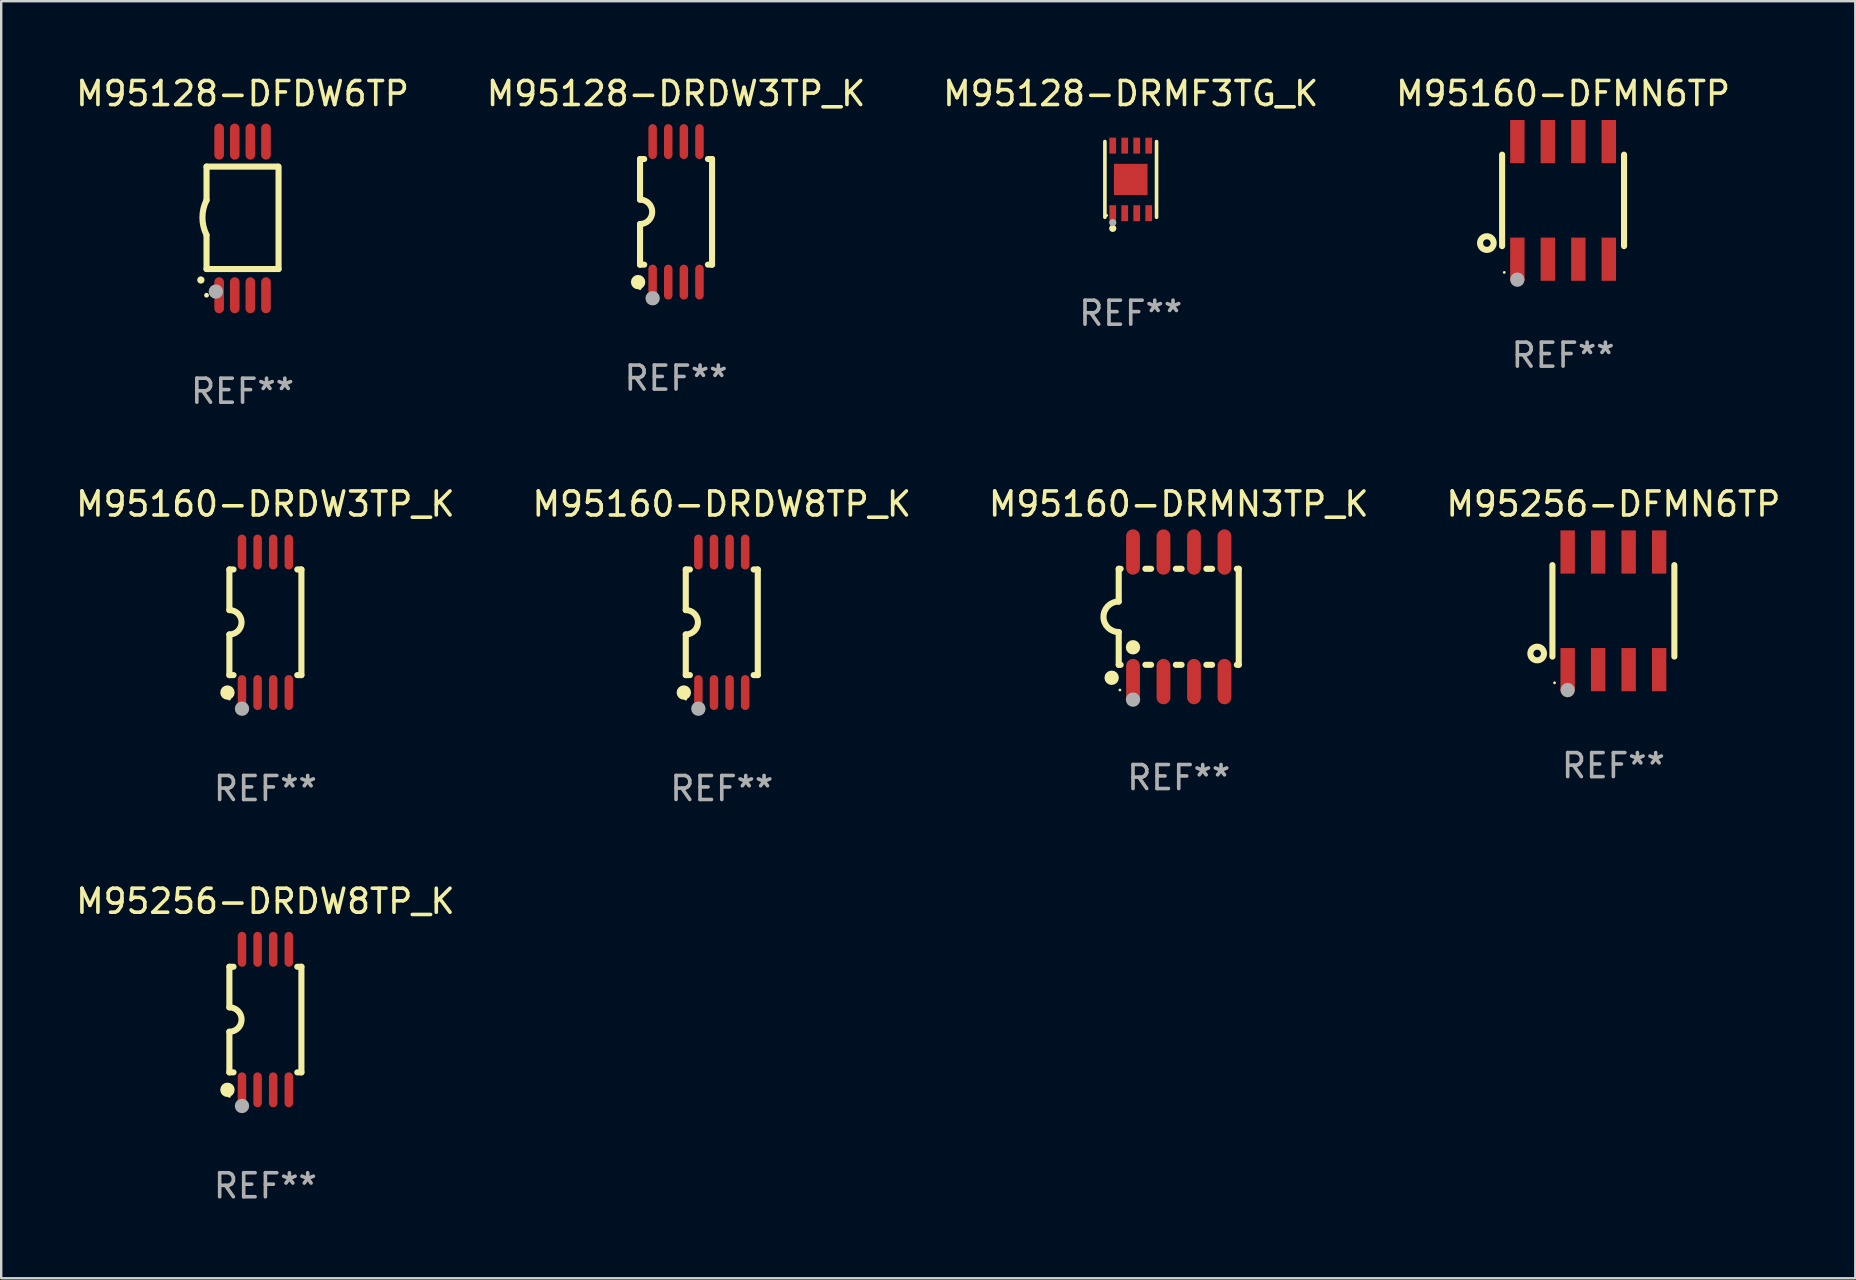
<source format=kicad_pcb>
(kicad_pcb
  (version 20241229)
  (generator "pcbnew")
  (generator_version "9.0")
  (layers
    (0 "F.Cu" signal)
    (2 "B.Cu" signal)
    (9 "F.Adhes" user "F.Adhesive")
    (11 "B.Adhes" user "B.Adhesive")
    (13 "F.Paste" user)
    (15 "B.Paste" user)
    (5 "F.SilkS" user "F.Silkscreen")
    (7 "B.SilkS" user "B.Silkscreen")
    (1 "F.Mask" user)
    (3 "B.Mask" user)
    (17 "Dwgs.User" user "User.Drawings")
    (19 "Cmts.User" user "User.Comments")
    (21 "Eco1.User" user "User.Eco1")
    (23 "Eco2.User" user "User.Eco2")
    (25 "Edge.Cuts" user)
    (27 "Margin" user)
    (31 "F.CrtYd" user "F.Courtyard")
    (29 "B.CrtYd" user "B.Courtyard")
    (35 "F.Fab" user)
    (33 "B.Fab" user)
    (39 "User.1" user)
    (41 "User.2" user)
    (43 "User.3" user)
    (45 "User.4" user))
  (footprint "M95160-DRMN3TP_K"
    (layer "F.Cu")
    (at 46.054 22.645)
    (property "Reference" "M95160-DRMN3TP_K" (at 0 -4.699 0) (layer "F.SilkS") (effects (font (size 1 1) (thickness 0.15))))
    (attr through_hole)
    (fp_line (start -2.5 -2) (end -2.5 -0.635) (stroke (width 0.254) (type solid)) (layer "F.SilkS"))
    (fp_line (start -2.5 -2) (end -2.421 -2) (stroke (width 0.254) (type solid)) (layer "F.SilkS"))
    (fp_line (start -2.5 2) (end -2.5 0.635) (stroke (width 0.254) (type solid)) (layer "F.SilkS"))
    (fp_line (start -2.5 2) (end -2.421 2) (stroke (width 0.254) (type solid)) (layer "F.SilkS"))
    (fp_line (start -1.389 -2) (end -1.151 -2) (stroke (width 0.254) (type solid)) (layer "F.SilkS"))
    (fp_line (start -1.389 2) (end -1.151 2) (stroke (width 0.254) (type solid)) (layer "F.SilkS"))
    (fp_line (start -0.119 -2) (end 0.119 -2) (stroke (width 0.254) (type solid)) (layer "F.SilkS"))
    (fp_line (start -0.119 2) (end 0.119 2) (stroke (width 0.254) (type solid)) (layer "F.SilkS"))
    (fp_line (start 1.151 -2) (end 1.389 -2) (stroke (width 0.254) (type solid)) (layer "F.SilkS"))
    (fp_line (start 1.151 2) (end 1.389 2) (stroke (width 0.254) (type solid)) (layer "F.SilkS"))
    (fp_line (start 2.421 -2) (end 2.5 -2) (stroke (width 0.254) (type solid)) (layer "F.SilkS"))
    (fp_line (start 2.421 2) (end 2.5 2) (stroke (width 0.254) (type solid)) (layer "F.SilkS"))
    (fp_line (start 2.5 -2) (end 2.5 2) (stroke (width 0.254) (type solid)) (layer "F.SilkS"))
    (fp_arc (start -2.5 0.635001) (mid -3.134366 -0.000318) (end -2.499365 -0.635001) (stroke (width 0.254001) (type solid)) (layer "F.SilkS"))
    (fp_circle (center -2.794 2.54) (end -2.644 2.54) (stroke (width 0.3) (type solid)) (fill no) (layer "F.SilkS"))
    (fp_circle (center -2.45 3.05) (end -2.42 3.05) (stroke (width 0.06) (type solid)) (fill no) (layer "F.SilkS"))
    (fp_circle (center -1.905 1.27) (end -1.755 1.27) (stroke (width 0.3) (type solid)) (fill no) (layer "F.SilkS"))
    (fp_circle (center -1.905 3.45) (end -1.755 3.45) (stroke (width 0.3) (type solid)) (fill no) (layer "F.Fab"))
    (fp_text user "REF**" (at 0 6.699 0) (layer "F.Fab") (effects (font (size 1 1) (thickness 0.15))))
    (pad "1" smd oval (at -1.905 2.699) (size 0.574 1.888) (layers "F.Cu" "F.Mask" "F.Paste"))
    (pad "2" smd oval (at -0.635 2.699) (size 0.574 1.888) (layers "F.Cu" "F.Mask" "F.Paste"))
    (pad "3" smd oval (at 0.635 2.699) (size 0.574 1.888) (layers "F.Cu" "F.Mask" "F.Paste"))
    (pad "4" smd oval (at 1.905 2.699) (size 0.574 1.888) (layers "F.Cu" "F.Mask" "F.Paste"))
    (pad "5" smd oval (at 1.905 -2.699) (size 0.574 1.888) (layers "F.Cu" "F.Mask" "F.Paste"))
    (pad "6" smd oval (at 0.635 -2.699) (size 0.574 1.888) (layers "F.Cu" "F.Mask" "F.Paste"))
    (pad "7" smd oval (at -0.635 -2.699) (size 0.574 1.888) (layers "F.Cu" "F.Mask" "F.Paste"))
    (pad "8" smd oval (at -1.905 -2.699) (size 0.574 1.888) (layers "F.Cu" "F.Mask" "F.Paste")))
  (footprint "M95160-DRDW3TP_K"
    (layer "F.Cu")
    (at 8.006 22.873)
    (property "Reference" "M95160-DRDW3TP_K" (at 0 -4.927 0) (layer "F.SilkS") (effects (font (size 1 1) (thickness 0.15))))
    (attr through_hole)
    (fp_line (start -1.5 -2.2) (end -1.5 -0.508) (stroke (width 0.254) (type solid)) (layer "F.SilkS"))
    (fp_line (start -1.5 -2.2) (end -1.328 -2.2) (stroke (width 0.254) (type solid)) (layer "F.SilkS"))
    (fp_line (start -1.5 2.2) (end -1.5 0.508) (stroke (width 0.254) (type solid)) (layer "F.SilkS"))
    (fp_line (start -1.5 2.2) (end -1.328 2.2) (stroke (width 0.254) (type solid)) (layer "F.SilkS"))
    (fp_line (start 1.328 -2.2) (end 1.5 -2.2) (stroke (width 0.254) (type solid)) (layer "F.SilkS"))
    (fp_line (start 1.328 2.2) (end 1.5 2.2) (stroke (width 0.254) (type solid)) (layer "F.SilkS"))
    (fp_line (start 1.5 -2.2) (end 1.5 2.2) (stroke (width 0.254) (type solid)) (layer "F.SilkS"))
    (fp_arc (start -1.501144 -0.508) (mid -0.993143 -0.000571) (end -1.5 0.508001) (stroke (width 0.254001) (type solid)) (layer "F.SilkS"))
    (fp_circle (center -1.581 2.927) (end -1.431 2.927) (stroke (width 0.3) (type solid)) (fill no) (layer "F.SilkS"))
    (fp_circle (center -1.5 3.2) (end -1.47 3.2) (stroke (width 0.06) (type solid)) (fill no) (layer "F.SilkS"))
    (fp_circle (center -0.975 3.6) (end -0.825 3.6) (stroke (width 0.3) (type solid)) (fill no) (layer "F.Fab"))
    (fp_text user "REF**" (at 0 6.927 0) (layer "F.Fab") (effects (font (size 1 1) (thickness 0.15))))
    (pad "1" smd oval (at -0.975 2.927) (size 0.353 1.454) (layers "F.Cu" "F.Mask" "F.Paste"))
    (pad "2" smd oval (at -0.325 2.927) (size 0.353 1.454) (layers "F.Cu" "F.Mask" "F.Paste"))
    (pad "3" smd oval (at 0.325 2.927) (size 0.353 1.454) (layers "F.Cu" "F.Mask" "F.Paste"))
    (pad "4" smd oval (at 0.975 2.927) (size 0.353 1.454) (layers "F.Cu" "F.Mask" "F.Paste"))
    (pad "5" smd oval (at 0.975 -2.927) (size 0.353 1.454) (layers "F.Cu" "F.Mask" "F.Paste"))
    (pad "6" smd oval (at 0.325 -2.927) (size 0.353 1.454) (layers "F.Cu" "F.Mask" "F.Paste"))
    (pad "7" smd oval (at -0.325 -2.927) (size 0.353 1.454) (layers "F.Cu" "F.Mask" "F.Paste"))
    (pad "8" smd oval (at -0.975 -2.927) (size 0.353 1.454) (layers "F.Cu" "F.Mask" "F.Paste")))
  (footprint "M95128-DRDW3TP_K"
    (layer "F.Cu")
    (at 25.113 5.775)
    (property "Reference" "M95128-DRDW3TP_K" (at 0 -4.927 0) (layer "F.SilkS") (effects (font (size 1 1) (thickness 0.15))))
    (attr through_hole)
    (fp_line (start -1.5 -2.2) (end -1.5 -0.508) (stroke (width 0.254) (type solid)) (layer "F.SilkS"))
    (fp_line (start -1.5 -2.2) (end -1.328 -2.2) (stroke (width 0.254) (type solid)) (layer "F.SilkS"))
    (fp_line (start -1.5 2.2) (end -1.5 0.508) (stroke (width 0.254) (type solid)) (layer "F.SilkS"))
    (fp_line (start -1.5 2.2) (end -1.328 2.2) (stroke (width 0.254) (type solid)) (layer "F.SilkS"))
    (fp_line (start 1.328 -2.2) (end 1.5 -2.2) (stroke (width 0.254) (type solid)) (layer "F.SilkS"))
    (fp_line (start 1.328 2.2) (end 1.5 2.2) (stroke (width 0.254) (type solid)) (layer "F.SilkS"))
    (fp_line (start 1.5 -2.2) (end 1.5 2.2) (stroke (width 0.254) (type solid)) (layer "F.SilkS"))
    (fp_arc (start -1.501144 -0.508) (mid -0.993143 -0.000571) (end -1.5 0.508001) (stroke (width 0.254001) (type solid)) (layer "F.SilkS"))
    (fp_circle (center -1.581 2.927) (end -1.431 2.927) (stroke (width 0.3) (type solid)) (fill no) (layer "F.SilkS"))
    (fp_circle (center -1.5 3.2) (end -1.47 3.2) (stroke (width 0.06) (type solid)) (fill no) (layer "F.SilkS"))
    (fp_circle (center -0.975 3.6) (end -0.825 3.6) (stroke (width 0.3) (type solid)) (fill no) (layer "F.Fab"))
    (fp_text user "REF**" (at 0 6.927 0) (layer "F.Fab") (effects (font (size 1 1) (thickness 0.15))))
    (pad "1" smd oval (at -0.975 2.927) (size 0.353 1.454) (layers "F.Cu" "F.Mask" "F.Paste"))
    (pad "2" smd oval (at -0.325 2.927) (size 0.353 1.454) (layers "F.Cu" "F.Mask" "F.Paste"))
    (pad "3" smd oval (at 0.325 2.927) (size 0.353 1.454) (layers "F.Cu" "F.Mask" "F.Paste"))
    (pad "4" smd oval (at 0.975 2.927) (size 0.353 1.454) (layers "F.Cu" "F.Mask" "F.Paste"))
    (pad "5" smd oval (at 0.975 -2.927) (size 0.353 1.454) (layers "F.Cu" "F.Mask" "F.Paste"))
    (pad "6" smd oval (at 0.325 -2.927) (size 0.353 1.454) (layers "F.Cu" "F.Mask" "F.Paste"))
    (pad "7" smd oval (at -0.325 -2.927) (size 0.353 1.454) (layers "F.Cu" "F.Mask" "F.Paste"))
    (pad "8" smd oval (at -0.975 -2.927) (size 0.353 1.454) (layers "F.Cu" "F.Mask" "F.Paste")))
  (footprint "M95128-DRMF3TG_K"
    (layer "F.Cu")
    (at 44.054 4.424)
    (property "Reference" "M95128-DRMF3TG_K" (at 0 -3.576 0) (layer "F.SilkS") (effects (font (size 1 1) (thickness 0.15))))
    (attr through_hole)
    (fp_line (start -1.076 1.576) (end -1.076 -1.576) (stroke (width 0.152) (type solid)) (layer "F.SilkS"))
    (fp_line (start 1.076 1.576) (end 1.076 -1.576) (stroke (width 0.152) (type solid)) (layer "F.SilkS"))
    (fp_circle (center -1 1.5) (end -0.97 1.5) (stroke (width 0.06) (type solid)) (fill no) (layer "F.SilkS"))
    (fp_circle (center -0.75 2.04) (end -0.675 2.04) (stroke (width 0.15) (type solid)) (fill no) (layer "F.SilkS"))
    (fp_circle (center -0.75 1.8) (end -0.675 1.8) (stroke (width 0.15) (type solid)) (fill no) (layer "F.Fab"))
    (fp_text user "REF**" (at 0 5.576 0) (layer "F.Fab") (effects (font (size 1 1) (thickness 0.15))))
    (pad "1" smd rect (at -0.75 1.407) (size 0.28 0.665) (layers "F.Cu" "F.Mask" "F.Paste"))
    (pad "2" smd rect (at -0.25 1.407) (size 0.28 0.665) (layers "F.Cu" "F.Mask" "F.Paste"))
    (pad "3" smd rect (at 0.25 1.407) (size 0.28 0.665) (layers "F.Cu" "F.Mask" "F.Paste"))
    (pad "4" smd rect (at 0.75 1.407) (size 0.28 0.665) (layers "F.Cu" "F.Mask" "F.Paste"))
    (pad "5" smd rect (at 0.75 -1.407) (size 0.28 0.665) (layers "F.Cu" "F.Mask" "F.Paste"))
    (pad "6" smd rect (at 0.25 -1.407) (size 0.28 0.665) (layers "F.Cu" "F.Mask" "F.Paste"))
    (pad "7" smd rect (at -0.25 -1.407) (size 0.28 0.665) (layers "F.Cu" "F.Mask" "F.Paste"))
    (pad "8" smd rect (at -0.75 -1.407) (size 0.28 0.665) (layers "F.Cu" "F.Mask" "F.Paste"))
    (pad "9" smd rect (at 0 0) (size 1.4 1.3) (layers "F.Cu" "F.Mask" "F.Paste")))
  (footprint "M95256-DRDW8TP_K"
    (layer "F.Cu")
    (at 8.006 39.423)
    (property "Reference" "M95256-DRDW8TP_K" (at 0 -4.927 0) (layer "F.SilkS") (effects (font (size 1 1) (thickness 0.15))))
    (attr through_hole)
    (fp_line (start -1.5 -2.2) (end -1.5 -0.508) (stroke (width 0.254) (type solid)) (layer "F.SilkS"))
    (fp_line (start -1.5 -2.2) (end -1.328 -2.2) (stroke (width 0.254) (type solid)) (layer "F.SilkS"))
    (fp_line (start -1.5 2.2) (end -1.5 0.508) (stroke (width 0.254) (type solid)) (layer "F.SilkS"))
    (fp_line (start -1.5 2.2) (end -1.328 2.2) (stroke (width 0.254) (type solid)) (layer "F.SilkS"))
    (fp_line (start 1.328 -2.2) (end 1.5 -2.2) (stroke (width 0.254) (type solid)) (layer "F.SilkS"))
    (fp_line (start 1.328 2.2) (end 1.5 2.2) (stroke (width 0.254) (type solid)) (layer "F.SilkS"))
    (fp_line (start 1.5 -2.2) (end 1.5 2.2) (stroke (width 0.254) (type solid)) (layer "F.SilkS"))
    (fp_arc (start -1.501144 -0.508) (mid -0.993143 -0.000571) (end -1.5 0.508001) (stroke (width 0.254001) (type solid)) (layer "F.SilkS"))
    (fp_circle (center -1.581 2.927) (end -1.431 2.927) (stroke (width 0.3) (type solid)) (fill no) (layer "F.SilkS"))
    (fp_circle (center -1.5 3.2) (end -1.47 3.2) (stroke (width 0.06) (type solid)) (fill no) (layer "F.SilkS"))
    (fp_circle (center -0.975 3.6) (end -0.825 3.6) (stroke (width 0.3) (type solid)) (fill no) (layer "F.Fab"))
    (fp_text user "REF**" (at 0 6.927 0) (layer "F.Fab") (effects (font (size 1 1) (thickness 0.15))))
    (pad "1" smd oval (at -0.975 2.927) (size 0.353 1.454) (layers "F.Cu" "F.Mask" "F.Paste"))
    (pad "2" smd oval (at -0.325 2.927) (size 0.353 1.454) (layers "F.Cu" "F.Mask" "F.Paste"))
    (pad "3" smd oval (at 0.325 2.927) (size 0.353 1.454) (layers "F.Cu" "F.Mask" "F.Paste"))
    (pad "4" smd oval (at 0.975 2.927) (size 0.353 1.454) (layers "F.Cu" "F.Mask" "F.Paste"))
    (pad "5" smd oval (at 0.975 -2.927) (size 0.353 1.454) (layers "F.Cu" "F.Mask" "F.Paste"))
    (pad "6" smd oval (at 0.325 -2.927) (size 0.353 1.454) (layers "F.Cu" "F.Mask" "F.Paste"))
    (pad "7" smd oval (at -0.325 -2.927) (size 0.353 1.454) (layers "F.Cu" "F.Mask" "F.Paste"))
    (pad "8" smd oval (at -0.975 -2.927) (size 0.353 1.454) (layers "F.Cu" "F.Mask" "F.Paste")))
  (footprint "M95128-DFDW6TP"
    (layer "F.Cu")
    (at 7.054 6.049)
    (property "Reference" "M95128-DFDW6TP" (at 0 -5.2 0) (layer "F.SilkS") (effects (font (size 1 1) (thickness 0.15))))
    (attr through_hole)
    (fp_line (start -1.5 -0.762) (end -1.5 -2.159) (stroke (width 0.254) (type solid)) (layer "F.SilkS"))
    (fp_line (start -1.5 2.108) (end -1.5 0.711) (stroke (width 0.254) (type solid)) (layer "F.SilkS"))
    (fp_line (start -1.5 2.108) (end 1.5 2.108) (stroke (width 0.254) (type solid)) (layer "F.SilkS"))
    (fp_line (start 1.463 -2.159) (end -1.5 -2.159) (stroke (width 0.254) (type solid)) (layer "F.SilkS"))
    (fp_line (start 1.5 2.108) (end 1.5 -2.159) (stroke (width 0.254) (type solid)) (layer "F.SilkS"))
    (fp_arc (start -1.737287 2.565405) (mid -1.736017 2.5654) (end -1.734747 2.565405) (stroke (width 0.3) (type solid)) (layer "F.SilkS"))
    (fp_arc (start -1.500076 0.685801) (mid -1.670966 -0.0381) (end -1.500076 -0.762002) (stroke (width 0.254001) (type solid)) (layer "F.SilkS"))
    (fp_circle (center -1.5 3.2) (end -1.45 3.2) (stroke (width 0.1) (type solid)) (fill no) (layer "F.SilkS"))
    (fp_circle (center -1.112 3.048) (end -0.962 3.048) (stroke (width 0.3) (type solid)) (fill no) (layer "F.Fab"))
    (fp_text user "REF**" (at 0 7.2 0) (layer "F.Fab") (effects (font (size 1 1) (thickness 0.15))))
    (pad "1" smd oval (at -0.975 3.2 180) (size 0.4 1.5) (layers "F.Cu" "F.Mask" "F.Paste"))
    (pad "2" smd oval (at -0.325 3.2 180) (size 0.4 1.5) (layers "F.Cu" "F.Mask" "F.Paste"))
    (pad "3" smd oval (at 0.325 3.2 180) (size 0.4 1.5) (layers "F.Cu" "F.Mask" "F.Paste"))
    (pad "4" smd oval (at 0.976 3.2 180) (size 0.4 1.5) (layers "F.Cu" "F.Mask" "F.Paste"))
    (pad "5" smd oval (at 0.976 -3.2 180) (size 0.4 1.5) (layers "F.Cu" "F.Mask" "F.Paste"))
    (pad "6" smd oval (at 0.325 -3.2 180) (size 0.4 1.5) (layers "F.Cu" "F.Mask" "F.Paste"))
    (pad "7" smd oval (at -0.325 -3.2 180) (size 0.4 1.5) (layers "F.Cu" "F.Mask" "F.Paste"))
    (pad "8" smd oval (at -0.975 -3.2 180) (size 0.4 1.5) (layers "F.Cu" "F.Mask" "F.Paste")))
  (footprint "M95256-DFMN6TP"
    (layer "F.Cu")
    (at 64.161 22.396)
    (property "Reference" "M95256-DFMN6TP" (at 0 -4.45 0) (layer "F.SilkS") (effects (font (size 1 1) (thickness 0.15))))
    (attr through_hole)
    (fp_line (start -2.54 -1.905) (end -2.54 1.905) (stroke (width 0.254) (type solid)) (layer "F.SilkS"))
    (fp_line (start 2.54 -1.905) (end 2.54 1.905) (stroke (width 0.254) (type solid)) (layer "F.SilkS"))
    (fp_circle (center -3.175 1.778) (end -2.891 1.778) (stroke (width 0.254) (type solid)) (fill no) (layer "F.SilkS"))
    (fp_circle (center -2.45 3) (end -2.42 3) (stroke (width 0.06) (type solid)) (fill no) (layer "F.SilkS"))
    (fp_circle (center -1.905 3.302) (end -1.755 3.302) (stroke (width 0.3) (type solid)) (fill no) (layer "F.Fab"))
    (fp_text user "REF**" (at 0 6.45 0) (layer "F.Fab") (effects (font (size 1 1) (thickness 0.15))))
    (pad "1" smd rect (at -1.905 2.45) (size 0.6 1.8) (layers "F.Cu" "F.Mask" "F.Paste"))
    (pad "2" smd rect (at -0.635 2.45) (size 0.6 1.8) (layers "F.Cu" "F.Mask" "F.Paste"))
    (pad "3" smd rect (at 0.635 2.45) (size 0.6 1.8) (layers "F.Cu" "F.Mask" "F.Paste"))
    (pad "4" smd rect (at 1.905 2.45) (size 0.6 1.8) (layers "F.Cu" "F.Mask" "F.Paste"))
    (pad "5" smd rect (at 1.905 -2.45 180) (size 0.6 1.8) (layers "F.Cu" "F.Mask" "F.Paste"))
    (pad "6" smd rect (at 0.635 -2.45 180) (size 0.6 1.8) (layers "F.Cu" "F.Mask" "F.Paste"))
    (pad "7" smd rect (at -0.635 -2.45 180) (size 0.6 1.8) (layers "F.Cu" "F.Mask" "F.Paste"))
    (pad "8" smd rect (at -1.905 -2.45 180) (size 0.6 1.8) (layers "F.Cu" "F.Mask" "F.Paste")))
  (footprint "M95160-DRDW8TP_K"
    (layer "F.Cu")
    (at 27.018 22.873)
    (property "Reference" "M95160-DRDW8TP_K" (at 0 -4.927 0) (layer "F.SilkS") (effects (font (size 1 1) (thickness 0.15))))
    (attr through_hole)
    (fp_line (start -1.5 -2.2) (end -1.5 -0.508) (stroke (width 0.254) (type solid)) (layer "F.SilkS"))
    (fp_line (start -1.5 -2.2) (end -1.328 -2.2) (stroke (width 0.254) (type solid)) (layer "F.SilkS"))
    (fp_line (start -1.5 2.2) (end -1.5 0.508) (stroke (width 0.254) (type solid)) (layer "F.SilkS"))
    (fp_line (start -1.5 2.2) (end -1.328 2.2) (stroke (width 0.254) (type solid)) (layer "F.SilkS"))
    (fp_line (start 1.328 -2.2) (end 1.5 -2.2) (stroke (width 0.254) (type solid)) (layer "F.SilkS"))
    (fp_line (start 1.328 2.2) (end 1.5 2.2) (stroke (width 0.254) (type solid)) (layer "F.SilkS"))
    (fp_line (start 1.5 -2.2) (end 1.5 2.2) (stroke (width 0.254) (type solid)) (layer "F.SilkS"))
    (fp_arc (start -1.501144 -0.508) (mid -0.993143 -0.000571) (end -1.5 0.508001) (stroke (width 0.254001) (type solid)) (layer "F.SilkS"))
    (fp_circle (center -1.581 2.927) (end -1.431 2.927) (stroke (width 0.3) (type solid)) (fill no) (layer "F.SilkS"))
    (fp_circle (center -1.5 3.2) (end -1.47 3.2) (stroke (width 0.06) (type solid)) (fill no) (layer "F.SilkS"))
    (fp_circle (center -0.975 3.6) (end -0.825 3.6) (stroke (width 0.3) (type solid)) (fill no) (layer "F.Fab"))
    (fp_text user "REF**" (at 0 6.927 0) (layer "F.Fab") (effects (font (size 1 1) (thickness 0.15))))
    (pad "1" smd oval (at -0.975 2.927) (size 0.353 1.454) (layers "F.Cu" "F.Mask" "F.Paste"))
    (pad "2" smd oval (at -0.325 2.927) (size 0.353 1.454) (layers "F.Cu" "F.Mask" "F.Paste"))
    (pad "3" smd oval (at 0.325 2.927) (size 0.353 1.454) (layers "F.Cu" "F.Mask" "F.Paste"))
    (pad "4" smd oval (at 0.975 2.927) (size 0.353 1.454) (layers "F.Cu" "F.Mask" "F.Paste"))
    (pad "5" smd oval (at 0.975 -2.927) (size 0.353 1.454) (layers "F.Cu" "F.Mask" "F.Paste"))
    (pad "6" smd oval (at 0.325 -2.927) (size 0.353 1.454) (layers "F.Cu" "F.Mask" "F.Paste"))
    (pad "7" smd oval (at -0.325 -2.927) (size 0.353 1.454) (layers "F.Cu" "F.Mask" "F.Paste"))
    (pad "8" smd oval (at -0.975 -2.927) (size 0.353 1.454) (layers "F.Cu" "F.Mask" "F.Paste")))
  (footprint "M95160-DFMN6TP"
    (layer "F.Cu")
    (at 62.065 5.298)
    (property "Reference" "M95160-DFMN6TP" (at 0 -4.45 0) (layer "F.SilkS") (effects (font (size 1 1) (thickness 0.15))))
    (attr through_hole)
    (fp_line (start -2.54 -1.905) (end -2.54 1.905) (stroke (width 0.254) (type solid)) (layer "F.SilkS"))
    (fp_line (start 2.54 -1.905) (end 2.54 1.905) (stroke (width 0.254) (type solid)) (layer "F.SilkS"))
    (fp_circle (center -3.175 1.778) (end -2.891 1.778) (stroke (width 0.254) (type solid)) (fill no) (layer "F.SilkS"))
    (fp_circle (center -2.45 3) (end -2.42 3) (stroke (width 0.06) (type solid)) (fill no) (layer "F.SilkS"))
    (fp_circle (center -1.905 3.302) (end -1.755 3.302) (stroke (width 0.3) (type solid)) (fill no) (layer "F.Fab"))
    (fp_text user "REF**" (at 0 6.45 0) (layer "F.Fab") (effects (font (size 1 1) (thickness 0.15))))
    (pad "1" smd rect (at -1.905 2.45) (size 0.6 1.8) (layers "F.Cu" "F.Mask" "F.Paste"))
    (pad "2" smd rect (at -0.635 2.45) (size 0.6 1.8) (layers "F.Cu" "F.Mask" "F.Paste"))
    (pad "3" smd rect (at 0.635 2.45) (size 0.6 1.8) (layers "F.Cu" "F.Mask" "F.Paste"))
    (pad "4" smd rect (at 1.905 2.45) (size 0.6 1.8) (layers "F.Cu" "F.Mask" "F.Paste"))
    (pad "5" smd rect (at 1.905 -2.45 180) (size 0.6 1.8) (layers "F.Cu" "F.Mask" "F.Paste"))
    (pad "6" smd rect (at 0.635 -2.45 180) (size 0.6 1.8) (layers "F.Cu" "F.Mask" "F.Paste"))
    (pad "7" smd rect (at -0.635 -2.45 180) (size 0.6 1.8) (layers "F.Cu" "F.Mask" "F.Paste"))
    (pad "8" smd rect (at -1.905 -2.45 180) (size 0.6 1.8) (layers "F.Cu" "F.Mask" "F.Paste")))
  (gr_rect
    (start -3 -3)
    (end 74.238 50.199)
    (stroke (width 0.1) (type default))
    (fill no)
    (layer "Edge.Cuts")))
</source>
